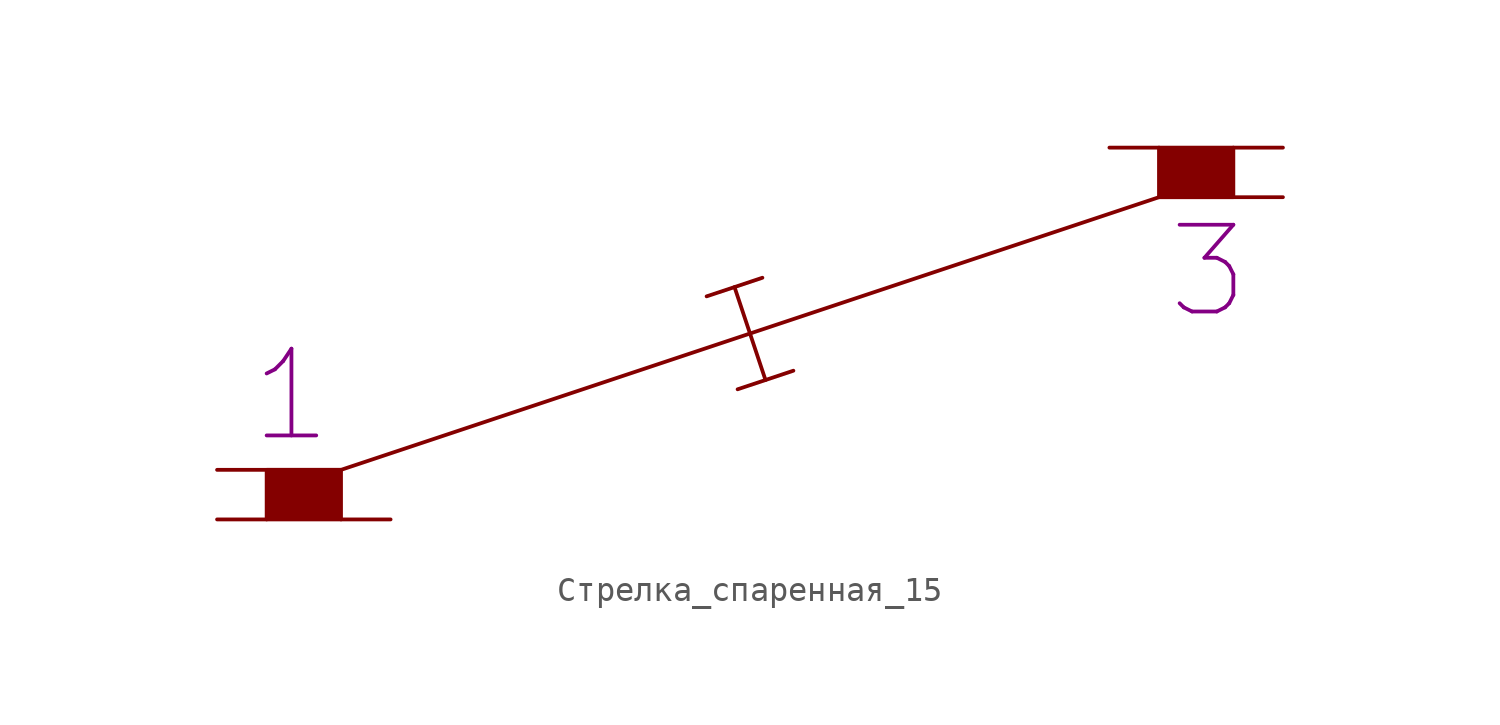
<source format=kicad_sym>
(kicad_symbol_lib
  (version 20231120)
  (generator "kicad_symbol_editor")
  (generator_version "8.0")
  (symbol "Стрелка_спаренная_15"
    (pin_numbers hide)
    (pin_names
      (offset 0) hide)
    (property "Reference" "~C"
      (at 10 10 0)
      (effects (font (size 1.8 1.8)) (hide yes)))
    (property "Value" ""
      (at 10 10 0)
      (effects (font (size 1.8 1.8))))
    (property "Номер.стр.1" "1"
      (at 3 5 0)
      (do_not_autoplace)
      (effects (font (size 3.5 3.5))))
    (property "Номер.стр.2" "3"
      (at 40 10 0)
      (do_not_autoplace)
      (effects (font (size 3.5 3.5))))
    (symbol "Стрелка_спаренная_15_0_1"
      (polyline (pts (xy 0 2) (xy 5 2)) (stroke (width 0) (type default)) (fill (type none)))
      (polyline (pts (xy 5 2) (xy 38 13)) (stroke (width 0) (type default)) (fill (type none)))
      (polyline (pts (xy 22 9.75) (xy 19.75 9)) (stroke (width 0) (type default)) (fill (type none)))
      (polyline (pts (xy 22.125 5.625) (xy 20.875 9.375)) (stroke (width 0) (type default)) (fill (type none)))
      (polyline (pts (xy 23.25 6) (xy 21 5.25)) (stroke (width 0) (type default)) (fill (type none)))
      (polyline (pts (xy 38 13) (xy 43 13)) (stroke (width 0) (type default)) (fill (type none)))
      (pin unspecified line (at 0 0 0) (length 2) (name "~" (effects (font (size 1.8 1.8)))) (number "1" (effects (font (size 1.8 1.8)))))
      (pin unspecified line (at 7 0 180) (length 2) (name "~" (effects (font (size 1.8 1.8)))) (number "1" (effects (font (size 1.8 1.8)))))
      (pin unspecified line (at 36 15 0) (length 2) (name "~" (effects (font (size 1.8 1.8)))) (number "1" (effects (font (size 1.8 1.8)))))
      (pin unspecified line (at 43 15 180) (length 2) (name "~" (effects (font (size 1.8 1.8)))) (number "1" (effects (font (size 1.8 1.8))))))
    (symbol "Стрелка_спаренная_15_1_1"
      (rectangle (start 2 2) (end 5 0) (stroke (width 0) (type default)) (fill (type outline)))
      (rectangle (start 38 15) (end 41 13) (stroke (width 0) (type default)) (fill (type outline))))))
</source>
